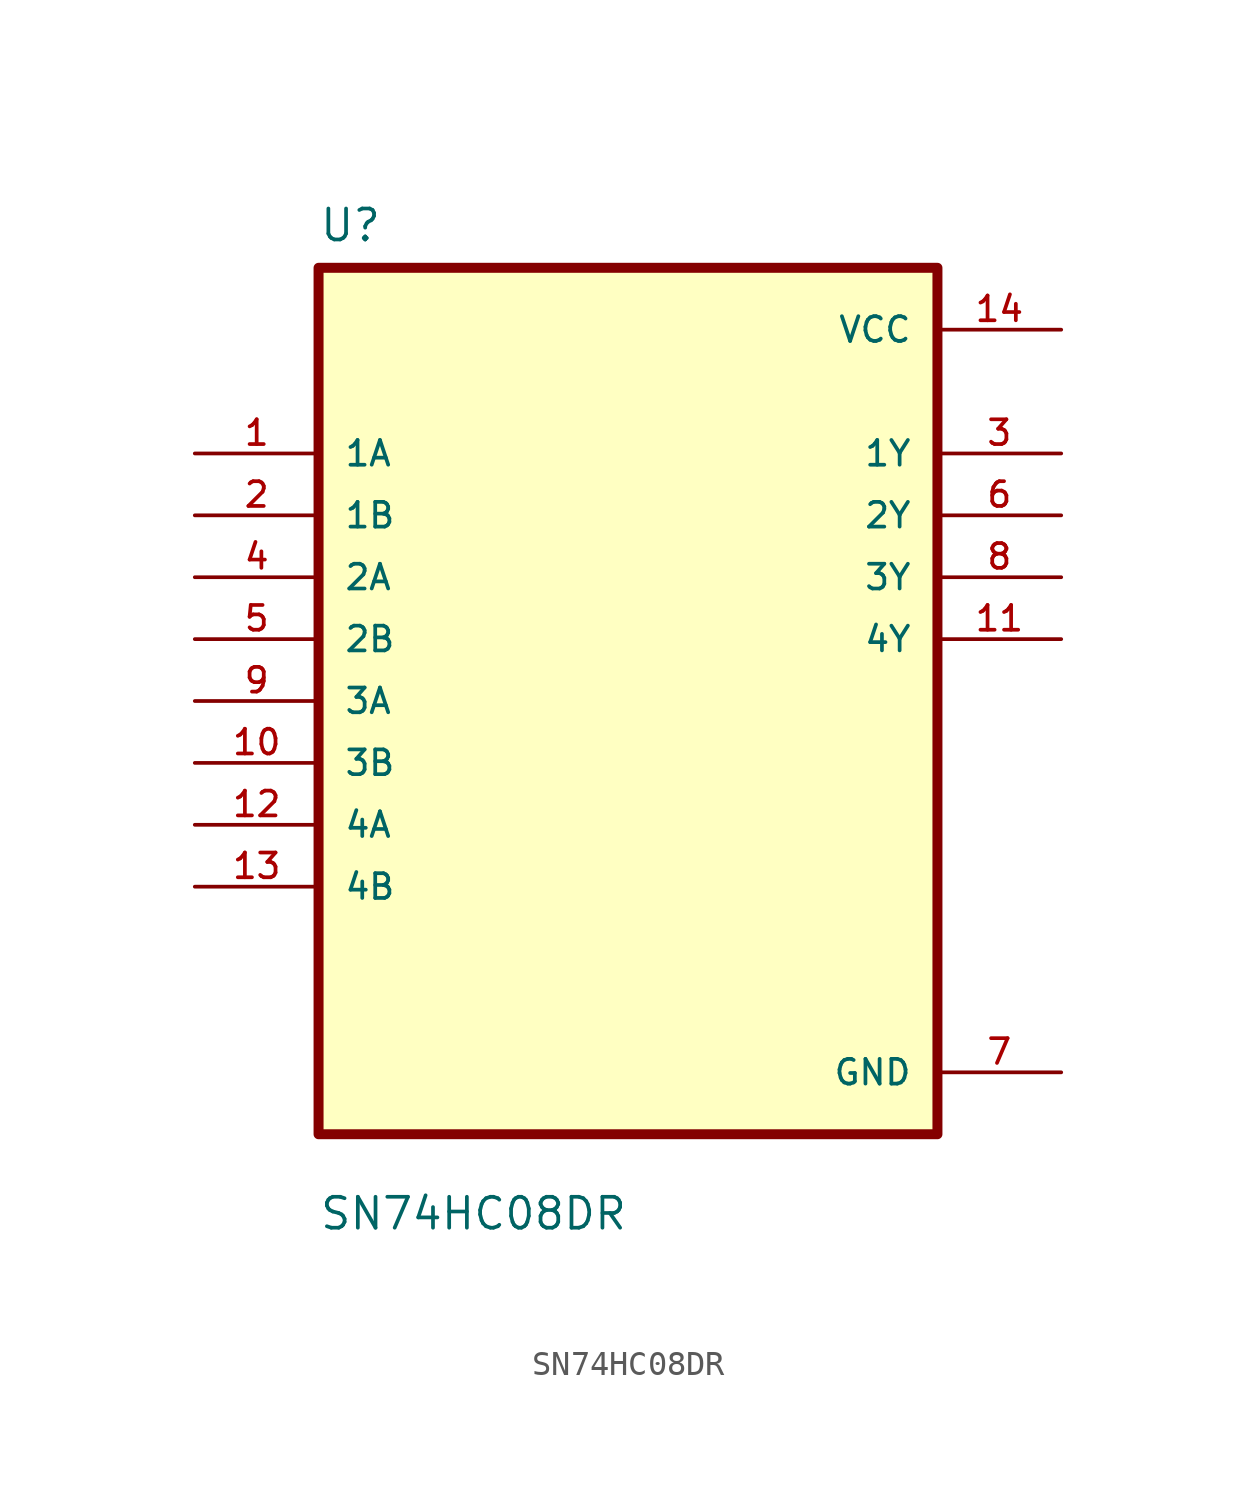
<source format=kicad_sym>
(kicad_symbol_lib
  (version 20211014)
  (generator kicad_symbol_editor)
  (symbol "SN74HC08DR"
    (pin_names
      (offset 1.016))
    (property "Reference" "U"
      (at -12.7 18.78 0.0)
      (effects (font (size 1.27 1.27)) (justify bottom left)))
    (property "Value" "SN74HC08DR"
      (at -12.7 -21.78 0.0)
      (effects (font (size 1.27 1.27)) (justify bottom left)))
    (symbol "SN74HC08DR_0_0"
      (rectangle (start -12.7 -17.78) (end 12.7 17.78) (stroke (width 0.41)) (fill (type background)))
      (pin input line (at -17.78 10.16 0) (length 5.08) (name "1A" (effects (font (size 1.016 1.016)))) (number "1" (effects (font (size 1.016 1.016)))))
      (pin input line (at -17.78 7.62 0) (length 5.08) (name "1B" (effects (font (size 1.016 1.016)))) (number "2" (effects (font (size 1.016 1.016)))))
      (pin input line (at -17.78 5.08 0) (length 5.08) (name "2A" (effects (font (size 1.016 1.016)))) (number "4" (effects (font (size 1.016 1.016)))))
      (pin input line (at -17.78 2.54 0) (length 5.08) (name "2B" (effects (font (size 1.016 1.016)))) (number "5" (effects (font (size 1.016 1.016)))))
      (pin input line (at -17.78 0.0 0) (length 5.08) (name "3A" (effects (font (size 1.016 1.016)))) (number "9" (effects (font (size 1.016 1.016)))))
      (pin input line (at -17.78 -2.54 0) (length 5.08) (name "3B" (effects (font (size 1.016 1.016)))) (number "10" (effects (font (size 1.016 1.016)))))
      (pin input line (at -17.78 -5.08 0) (length 5.08) (name "4A" (effects (font (size 1.016 1.016)))) (number "12" (effects (font (size 1.016 1.016)))))
      (pin input line (at -17.78 -7.62 0) (length 5.08) (name "4B" (effects (font (size 1.016 1.016)))) (number "13" (effects (font (size 1.016 1.016)))))
      (pin power_in line (at 17.78 15.24 180.0) (length 5.08) (name "VCC" (effects (font (size 1.016 1.016)))) (number "14" (effects (font (size 1.016 1.016)))))
      (pin output line (at 17.78 10.16 180.0) (length 5.08) (name "1Y" (effects (font (size 1.016 1.016)))) (number "3" (effects (font (size 1.016 1.016)))))
      (pin output line (at 17.78 7.62 180.0) (length 5.08) (name "2Y" (effects (font (size 1.016 1.016)))) (number "6" (effects (font (size 1.016 1.016)))))
      (pin output line (at 17.78 5.08 180.0) (length 5.08) (name "3Y" (effects (font (size 1.016 1.016)))) (number "8" (effects (font (size 1.016 1.016)))))
      (pin output line (at 17.78 2.54 180.0) (length 5.08) (name "4Y" (effects (font (size 1.016 1.016)))) (number "11" (effects (font (size 1.016 1.016)))))
      (pin power_in line (at 17.78 -15.24 180.0) (length 5.08) (name "GND" (effects (font (size 1.016 1.016)))) (number "7" (effects (font (size 1.016 1.016))))))))
</source>
